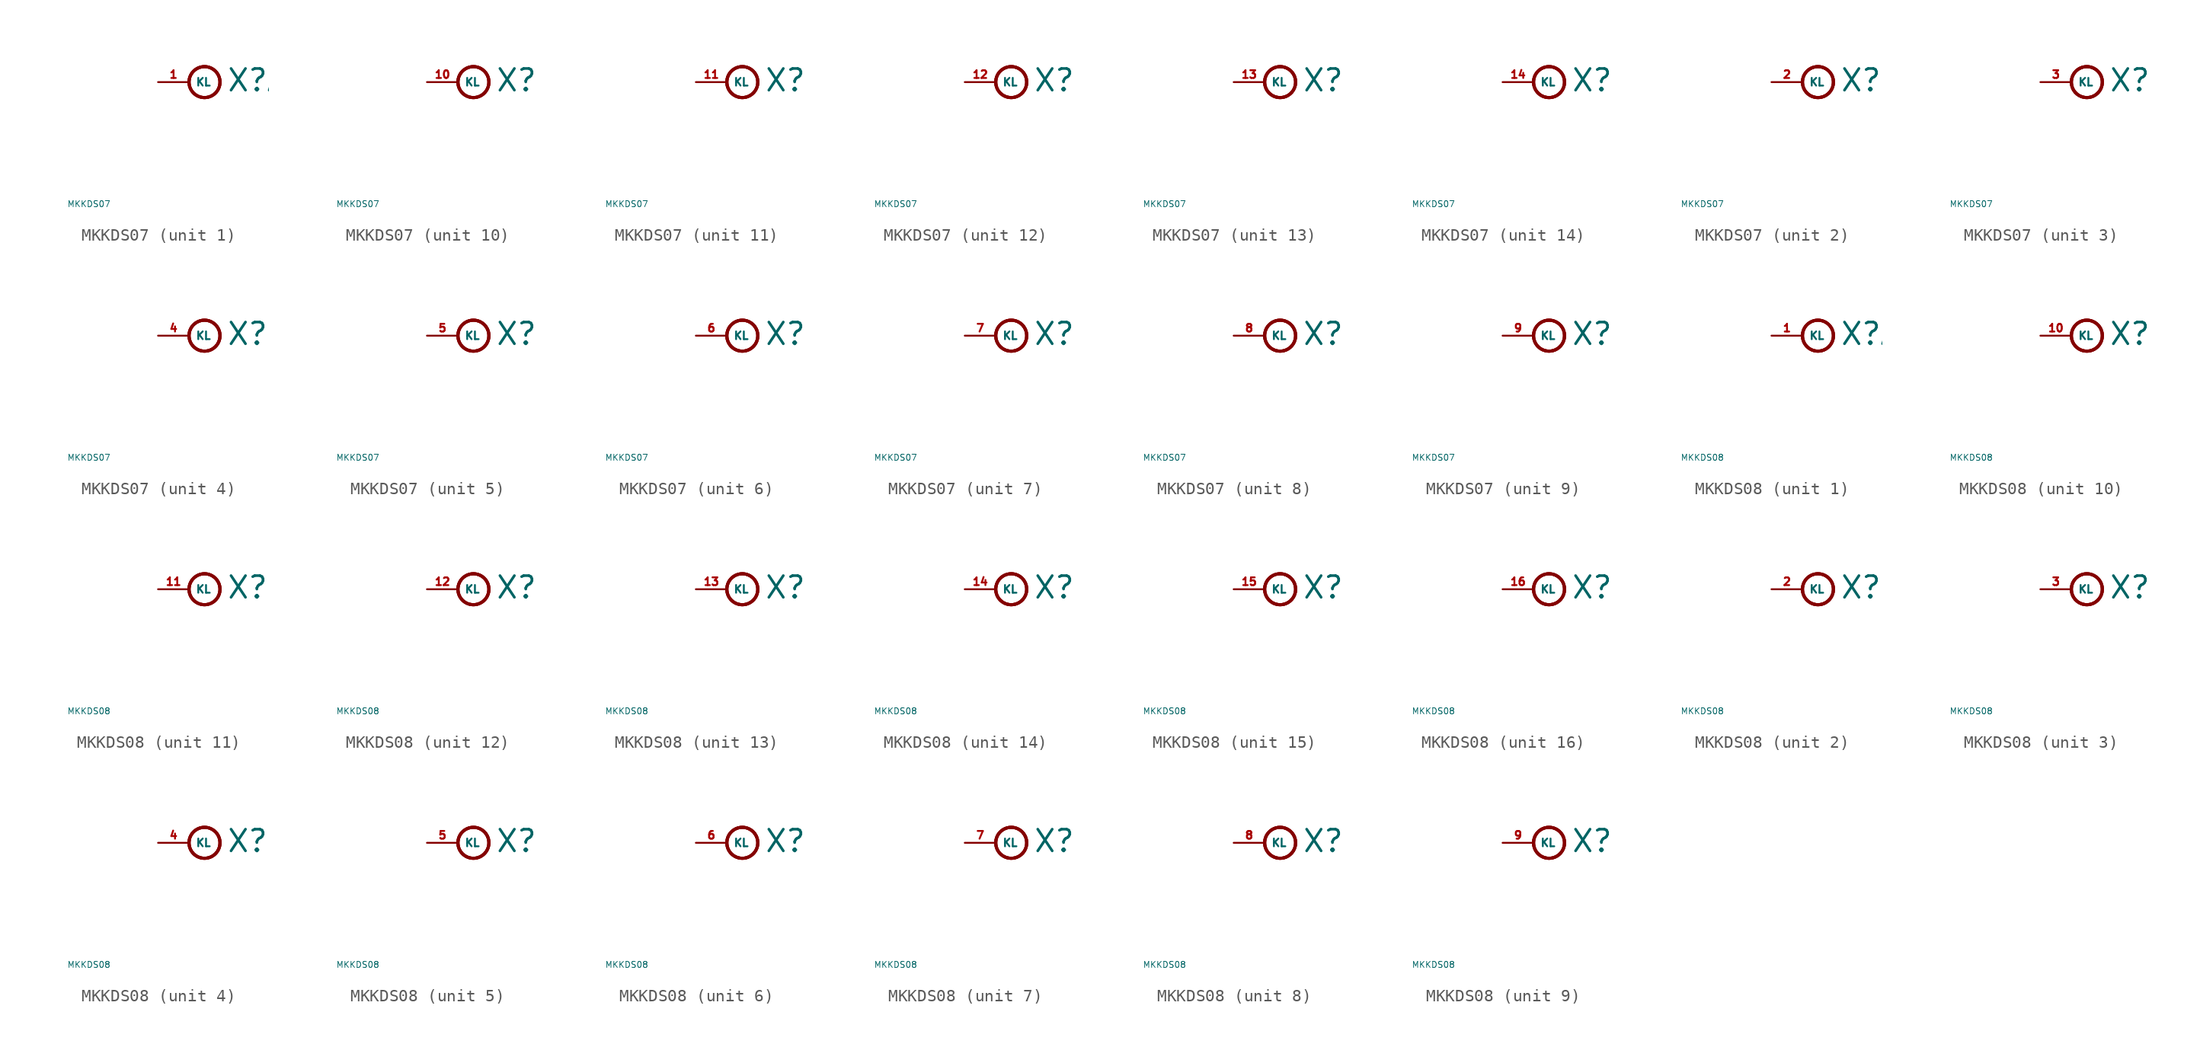
<source format=kicad_sym>
(kicad_symbol_lib
  (version 20220914)
  (generator Eagle2Kicad)
  (symbol "MKKDS07"
    (property "Reference" "X"
      (at 3.048 -0.889 0)
      (effects (font (size 1.778 1.778) (thickness 0.22)) (justify left bottom)))
    (property "Value" "MKKDS07"
      (at -10 -10 0)
      (effects (font (size 0.5 0.5) (thickness 0.06)) (justify left)))
    (symbol "MKKDS07_1_0"
      (circle (center 1.27 0) (radius 1.27) (stroke (width 0.254) (type default)) (fill (type none)))
      (circle (center 1.27 0) (radius 1.27) (stroke (width 0.254) (type default)) (fill (type none)))
      (circle (center 1.27 0) (radius 1.27) (stroke (width 0.254) (type default)) (fill (type none)))
      (pin passive line (at -2.54 0 0) (length 2.54) (name "KL" (effects (font (size 0.635 0.635) (thickness 0.08)) (justify left bottom))) (number "1" (effects (font (size 0.635 0.635) (thickness 0.08)) (justify left bottom)))))
    (symbol "MKKDS07_2_0"
      (circle (center 1.27 0) (radius 1.27) (stroke (width 0.254) (type default)) (fill (type none)))
      (circle (center 1.27 0) (radius 1.27) (stroke (width 0.254) (type default)) (fill (type none)))
      (circle (center 1.27 0) (radius 1.27) (stroke (width 0.254) (type default)) (fill (type none)))
      (pin passive line (at -2.54 0 0) (length 2.54) (name "KL" (effects (font (size 0.635 0.635) (thickness 0.08)) (justify left bottom))) (number "2" (effects (font (size 0.635 0.635) (thickness 0.08)) (justify left bottom)))))
    (symbol "MKKDS07_3_0"
      (circle (center 1.27 0) (radius 1.27) (stroke (width 0.254) (type default)) (fill (type none)))
      (circle (center 1.27 0) (radius 1.27) (stroke (width 0.254) (type default)) (fill (type none)))
      (circle (center 1.27 0) (radius 1.27) (stroke (width 0.254) (type default)) (fill (type none)))
      (pin passive line (at -2.54 0 0) (length 2.54) (name "KL" (effects (font (size 0.635 0.635) (thickness 0.08)) (justify left bottom))) (number "3" (effects (font (size 0.635 0.635) (thickness 0.08)) (justify left bottom)))))
    (symbol "MKKDS07_4_0"
      (circle (center 1.27 0) (radius 1.27) (stroke (width 0.254) (type default)) (fill (type none)))
      (circle (center 1.27 0) (radius 1.27) (stroke (width 0.254) (type default)) (fill (type none)))
      (circle (center 1.27 0) (radius 1.27) (stroke (width 0.254) (type default)) (fill (type none)))
      (pin passive line (at -2.54 0 0) (length 2.54) (name "KL" (effects (font (size 0.635 0.635) (thickness 0.08)) (justify left bottom))) (number "4" (effects (font (size 0.635 0.635) (thickness 0.08)) (justify left bottom)))))
    (symbol "MKKDS07_5_0"
      (circle (center 1.27 0) (radius 1.27) (stroke (width 0.254) (type default)) (fill (type none)))
      (circle (center 1.27 0) (radius 1.27) (stroke (width 0.254) (type default)) (fill (type none)))
      (circle (center 1.27 0) (radius 1.27) (stroke (width 0.254) (type default)) (fill (type none)))
      (pin passive line (at -2.54 0 0) (length 2.54) (name "KL" (effects (font (size 0.635 0.635) (thickness 0.08)) (justify left bottom))) (number "5" (effects (font (size 0.635 0.635) (thickness 0.08)) (justify left bottom)))))
    (symbol "MKKDS07_6_0"
      (circle (center 1.27 0) (radius 1.27) (stroke (width 0.254) (type default)) (fill (type none)))
      (circle (center 1.27 0) (radius 1.27) (stroke (width 0.254) (type default)) (fill (type none)))
      (circle (center 1.27 0) (radius 1.27) (stroke (width 0.254) (type default)) (fill (type none)))
      (pin passive line (at -2.54 0 0) (length 2.54) (name "KL" (effects (font (size 0.635 0.635) (thickness 0.08)) (justify left bottom))) (number "6" (effects (font (size 0.635 0.635) (thickness 0.08)) (justify left bottom)))))
    (symbol "MKKDS07_7_0"
      (circle (center 1.27 0) (radius 1.27) (stroke (width 0.254) (type default)) (fill (type none)))
      (circle (center 1.27 0) (radius 1.27) (stroke (width 0.254) (type default)) (fill (type none)))
      (circle (center 1.27 0) (radius 1.27) (stroke (width 0.254) (type default)) (fill (type none)))
      (pin passive line (at -2.54 0 0) (length 2.54) (name "KL" (effects (font (size 0.635 0.635) (thickness 0.08)) (justify left bottom))) (number "7" (effects (font (size 0.635 0.635) (thickness 0.08)) (justify left bottom)))))
    (symbol "MKKDS07_8_0"
      (circle (center 1.27 0) (radius 1.27) (stroke (width 0.254) (type default)) (fill (type none)))
      (circle (center 1.27 0) (radius 1.27) (stroke (width 0.254) (type default)) (fill (type none)))
      (circle (center 1.27 0) (radius 1.27) (stroke (width 0.254) (type default)) (fill (type none)))
      (pin passive line (at -2.54 0 0) (length 2.54) (name "KL" (effects (font (size 0.635 0.635) (thickness 0.08)) (justify left bottom))) (number "8" (effects (font (size 0.635 0.635) (thickness 0.08)) (justify left bottom)))))
    (symbol "MKKDS07_9_0"
      (circle (center 1.27 0) (radius 1.27) (stroke (width 0.254) (type default)) (fill (type none)))
      (circle (center 1.27 0) (radius 1.27) (stroke (width 0.254) (type default)) (fill (type none)))
      (circle (center 1.27 0) (radius 1.27) (stroke (width 0.254) (type default)) (fill (type none)))
      (pin passive line (at -2.54 0 0) (length 2.54) (name "KL" (effects (font (size 0.635 0.635) (thickness 0.08)) (justify left bottom))) (number "9" (effects (font (size 0.635 0.635) (thickness 0.08)) (justify left bottom)))))
    (symbol "MKKDS07_10_0"
      (circle (center 1.27 0) (radius 1.27) (stroke (width 0.254) (type default)) (fill (type none)))
      (circle (center 1.27 0) (radius 1.27) (stroke (width 0.254) (type default)) (fill (type none)))
      (circle (center 1.27 0) (radius 1.27) (stroke (width 0.254) (type default)) (fill (type none)))
      (pin passive line (at -2.54 0 0) (length 2.54) (name "KL" (effects (font (size 0.635 0.635) (thickness 0.08)) (justify left bottom))) (number "10" (effects (font (size 0.635 0.635) (thickness 0.08)) (justify left bottom)))))
    (symbol "MKKDS07_11_0"
      (circle (center 1.27 0) (radius 1.27) (stroke (width 0.254) (type default)) (fill (type none)))
      (circle (center 1.27 0) (radius 1.27) (stroke (width 0.254) (type default)) (fill (type none)))
      (circle (center 1.27 0) (radius 1.27) (stroke (width 0.254) (type default)) (fill (type none)))
      (pin passive line (at -2.54 0 0) (length 2.54) (name "KL" (effects (font (size 0.635 0.635) (thickness 0.08)) (justify left bottom))) (number "11" (effects (font (size 0.635 0.635) (thickness 0.08)) (justify left bottom)))))
    (symbol "MKKDS07_12_0"
      (circle (center 1.27 0) (radius 1.27) (stroke (width 0.254) (type default)) (fill (type none)))
      (circle (center 1.27 0) (radius 1.27) (stroke (width 0.254) (type default)) (fill (type none)))
      (circle (center 1.27 0) (radius 1.27) (stroke (width 0.254) (type default)) (fill (type none)))
      (pin passive line (at -2.54 0 0) (length 2.54) (name "KL" (effects (font (size 0.635 0.635) (thickness 0.08)) (justify left bottom))) (number "12" (effects (font (size 0.635 0.635) (thickness 0.08)) (justify left bottom)))))
    (symbol "MKKDS07_13_0"
      (circle (center 1.27 0) (radius 1.27) (stroke (width 0.254) (type default)) (fill (type none)))
      (circle (center 1.27 0) (radius 1.27) (stroke (width 0.254) (type default)) (fill (type none)))
      (circle (center 1.27 0) (radius 1.27) (stroke (width 0.254) (type default)) (fill (type none)))
      (pin passive line (at -2.54 0 0) (length 2.54) (name "KL" (effects (font (size 0.635 0.635) (thickness 0.08)) (justify left bottom))) (number "13" (effects (font (size 0.635 0.635) (thickness 0.08)) (justify left bottom)))))
    (symbol "MKKDS07_14_0"
      (circle (center 1.27 0) (radius 1.27) (stroke (width 0.254) (type default)) (fill (type none)))
      (circle (center 1.27 0) (radius 1.27) (stroke (width 0.254) (type default)) (fill (type none)))
      (circle (center 1.27 0) (radius 1.27) (stroke (width 0.254) (type default)) (fill (type none)))
      (pin passive line (at -2.54 0 0) (length 2.54) (name "KL" (effects (font (size 0.635 0.635) (thickness 0.08)) (justify left bottom))) (number "14" (effects (font (size 0.635 0.635) (thickness 0.08)) (justify left bottom))))))
  (symbol "MKKDS08"
    (property "Reference" "X"
      (at 3.048 -0.889 0)
      (effects (font (size 1.778 1.778) (thickness 0.22)) (justify left bottom)))
    (property "Value" "MKKDS08"
      (at -10 -10 0)
      (effects (font (size 0.5 0.5) (thickness 0.06)) (justify left)))
    (symbol "MKKDS08_1_0"
      (circle (center 1.27 0) (radius 1.27) (stroke (width 0.254) (type default)) (fill (type none)))
      (circle (center 1.27 0) (radius 1.27) (stroke (width 0.254) (type default)) (fill (type none)))
      (circle (center 1.27 0) (radius 1.27) (stroke (width 0.254) (type default)) (fill (type none)))
      (pin passive line (at -2.54 0 0) (length 2.54) (name "KL" (effects (font (size 0.635 0.635) (thickness 0.08)) (justify left bottom))) (number "1" (effects (font (size 0.635 0.635) (thickness 0.08)) (justify left bottom)))))
    (symbol "MKKDS08_2_0"
      (circle (center 1.27 0) (radius 1.27) (stroke (width 0.254) (type default)) (fill (type none)))
      (circle (center 1.27 0) (radius 1.27) (stroke (width 0.254) (type default)) (fill (type none)))
      (circle (center 1.27 0) (radius 1.27) (stroke (width 0.254) (type default)) (fill (type none)))
      (pin passive line (at -2.54 0 0) (length 2.54) (name "KL" (effects (font (size 0.635 0.635) (thickness 0.08)) (justify left bottom))) (number "2" (effects (font (size 0.635 0.635) (thickness 0.08)) (justify left bottom)))))
    (symbol "MKKDS08_3_0"
      (circle (center 1.27 0) (radius 1.27) (stroke (width 0.254) (type default)) (fill (type none)))
      (circle (center 1.27 0) (radius 1.27) (stroke (width 0.254) (type default)) (fill (type none)))
      (circle (center 1.27 0) (radius 1.27) (stroke (width 0.254) (type default)) (fill (type none)))
      (pin passive line (at -2.54 0 0) (length 2.54) (name "KL" (effects (font (size 0.635 0.635) (thickness 0.08)) (justify left bottom))) (number "3" (effects (font (size 0.635 0.635) (thickness 0.08)) (justify left bottom)))))
    (symbol "MKKDS08_4_0"
      (circle (center 1.27 0) (radius 1.27) (stroke (width 0.254) (type default)) (fill (type none)))
      (circle (center 1.27 0) (radius 1.27) (stroke (width 0.254) (type default)) (fill (type none)))
      (circle (center 1.27 0) (radius 1.27) (stroke (width 0.254) (type default)) (fill (type none)))
      (pin passive line (at -2.54 0 0) (length 2.54) (name "KL" (effects (font (size 0.635 0.635) (thickness 0.08)) (justify left bottom))) (number "4" (effects (font (size 0.635 0.635) (thickness 0.08)) (justify left bottom)))))
    (symbol "MKKDS08_5_0"
      (circle (center 1.27 0) (radius 1.27) (stroke (width 0.254) (type default)) (fill (type none)))
      (circle (center 1.27 0) (radius 1.27) (stroke (width 0.254) (type default)) (fill (type none)))
      (circle (center 1.27 0) (radius 1.27) (stroke (width 0.254) (type default)) (fill (type none)))
      (pin passive line (at -2.54 0 0) (length 2.54) (name "KL" (effects (font (size 0.635 0.635) (thickness 0.08)) (justify left bottom))) (number "5" (effects (font (size 0.635 0.635) (thickness 0.08)) (justify left bottom)))))
    (symbol "MKKDS08_6_0"
      (circle (center 1.27 0) (radius 1.27) (stroke (width 0.254) (type default)) (fill (type none)))
      (circle (center 1.27 0) (radius 1.27) (stroke (width 0.254) (type default)) (fill (type none)))
      (circle (center 1.27 0) (radius 1.27) (stroke (width 0.254) (type default)) (fill (type none)))
      (pin passive line (at -2.54 0 0) (length 2.54) (name "KL" (effects (font (size 0.635 0.635) (thickness 0.08)) (justify left bottom))) (number "6" (effects (font (size 0.635 0.635) (thickness 0.08)) (justify left bottom)))))
    (symbol "MKKDS08_7_0"
      (circle (center 1.27 0) (radius 1.27) (stroke (width 0.254) (type default)) (fill (type none)))
      (circle (center 1.27 0) (radius 1.27) (stroke (width 0.254) (type default)) (fill (type none)))
      (circle (center 1.27 0) (radius 1.27) (stroke (width 0.254) (type default)) (fill (type none)))
      (pin passive line (at -2.54 0 0) (length 2.54) (name "KL" (effects (font (size 0.635 0.635) (thickness 0.08)) (justify left bottom))) (number "7" (effects (font (size 0.635 0.635) (thickness 0.08)) (justify left bottom)))))
    (symbol "MKKDS08_8_0"
      (circle (center 1.27 0) (radius 1.27) (stroke (width 0.254) (type default)) (fill (type none)))
      (circle (center 1.27 0) (radius 1.27) (stroke (width 0.254) (type default)) (fill (type none)))
      (circle (center 1.27 0) (radius 1.27) (stroke (width 0.254) (type default)) (fill (type none)))
      (pin passive line (at -2.54 0 0) (length 2.54) (name "KL" (effects (font (size 0.635 0.635) (thickness 0.08)) (justify left bottom))) (number "8" (effects (font (size 0.635 0.635) (thickness 0.08)) (justify left bottom)))))
    (symbol "MKKDS08_9_0"
      (circle (center 1.27 0) (radius 1.27) (stroke (width 0.254) (type default)) (fill (type none)))
      (circle (center 1.27 0) (radius 1.27) (stroke (width 0.254) (type default)) (fill (type none)))
      (circle (center 1.27 0) (radius 1.27) (stroke (width 0.254) (type default)) (fill (type none)))
      (pin passive line (at -2.54 0 0) (length 2.54) (name "KL" (effects (font (size 0.635 0.635) (thickness 0.08)) (justify left bottom))) (number "9" (effects (font (size 0.635 0.635) (thickness 0.08)) (justify left bottom)))))
    (symbol "MKKDS08_10_0"
      (circle (center 1.27 0) (radius 1.27) (stroke (width 0.254) (type default)) (fill (type none)))
      (circle (center 1.27 0) (radius 1.27) (stroke (width 0.254) (type default)) (fill (type none)))
      (circle (center 1.27 0) (radius 1.27) (stroke (width 0.254) (type default)) (fill (type none)))
      (pin passive line (at -2.54 0 0) (length 2.54) (name "KL" (effects (font (size 0.635 0.635) (thickness 0.08)) (justify left bottom))) (number "10" (effects (font (size 0.635 0.635) (thickness 0.08)) (justify left bottom)))))
    (symbol "MKKDS08_11_0"
      (circle (center 1.27 0) (radius 1.27) (stroke (width 0.254) (type default)) (fill (type none)))
      (circle (center 1.27 0) (radius 1.27) (stroke (width 0.254) (type default)) (fill (type none)))
      (circle (center 1.27 0) (radius 1.27) (stroke (width 0.254) (type default)) (fill (type none)))
      (pin passive line (at -2.54 0 0) (length 2.54) (name "KL" (effects (font (size 0.635 0.635) (thickness 0.08)) (justify left bottom))) (number "11" (effects (font (size 0.635 0.635) (thickness 0.08)) (justify left bottom)))))
    (symbol "MKKDS08_12_0"
      (circle (center 1.27 0) (radius 1.27) (stroke (width 0.254) (type default)) (fill (type none)))
      (circle (center 1.27 0) (radius 1.27) (stroke (width 0.254) (type default)) (fill (type none)))
      (circle (center 1.27 0) (radius 1.27) (stroke (width 0.254) (type default)) (fill (type none)))
      (pin passive line (at -2.54 0 0) (length 2.54) (name "KL" (effects (font (size 0.635 0.635) (thickness 0.08)) (justify left bottom))) (number "12" (effects (font (size 0.635 0.635) (thickness 0.08)) (justify left bottom)))))
    (symbol "MKKDS08_13_0"
      (circle (center 1.27 0) (radius 1.27) (stroke (width 0.254) (type default)) (fill (type none)))
      (circle (center 1.27 0) (radius 1.27) (stroke (width 0.254) (type default)) (fill (type none)))
      (circle (center 1.27 0) (radius 1.27) (stroke (width 0.254) (type default)) (fill (type none)))
      (pin passive line (at -2.54 0 0) (length 2.54) (name "KL" (effects (font (size 0.635 0.635) (thickness 0.08)) (justify left bottom))) (number "13" (effects (font (size 0.635 0.635) (thickness 0.08)) (justify left bottom)))))
    (symbol "MKKDS08_14_0"
      (circle (center 1.27 0) (radius 1.27) (stroke (width 0.254) (type default)) (fill (type none)))
      (circle (center 1.27 0) (radius 1.27) (stroke (width 0.254) (type default)) (fill (type none)))
      (circle (center 1.27 0) (radius 1.27) (stroke (width 0.254) (type default)) (fill (type none)))
      (pin passive line (at -2.54 0 0) (length 2.54) (name "KL" (effects (font (size 0.635 0.635) (thickness 0.08)) (justify left bottom))) (number "14" (effects (font (size 0.635 0.635) (thickness 0.08)) (justify left bottom)))))
    (symbol "MKKDS08_15_0"
      (circle (center 1.27 0) (radius 1.27) (stroke (width 0.254) (type default)) (fill (type none)))
      (circle (center 1.27 0) (radius 1.27) (stroke (width 0.254) (type default)) (fill (type none)))
      (circle (center 1.27 0) (radius 1.27) (stroke (width 0.254) (type default)) (fill (type none)))
      (pin passive line (at -2.54 0 0) (length 2.54) (name "KL" (effects (font (size 0.635 0.635) (thickness 0.08)) (justify left bottom))) (number "15" (effects (font (size 0.635 0.635) (thickness 0.08)) (justify left bottom)))))
    (symbol "MKKDS08_16_0"
      (circle (center 1.27 0) (radius 1.27) (stroke (width 0.254) (type default)) (fill (type none)))
      (circle (center 1.27 0) (radius 1.27) (stroke (width 0.254) (type default)) (fill (type none)))
      (circle (center 1.27 0) (radius 1.27) (stroke (width 0.254) (type default)) (fill (type none)))
      (pin passive line (at -2.54 0 0) (length 2.54) (name "KL" (effects (font (size 0.635 0.635) (thickness 0.08)) (justify left bottom))) (number "16" (effects (font (size 0.635 0.635) (thickness 0.08)) (justify left bottom)))))))
</source>
